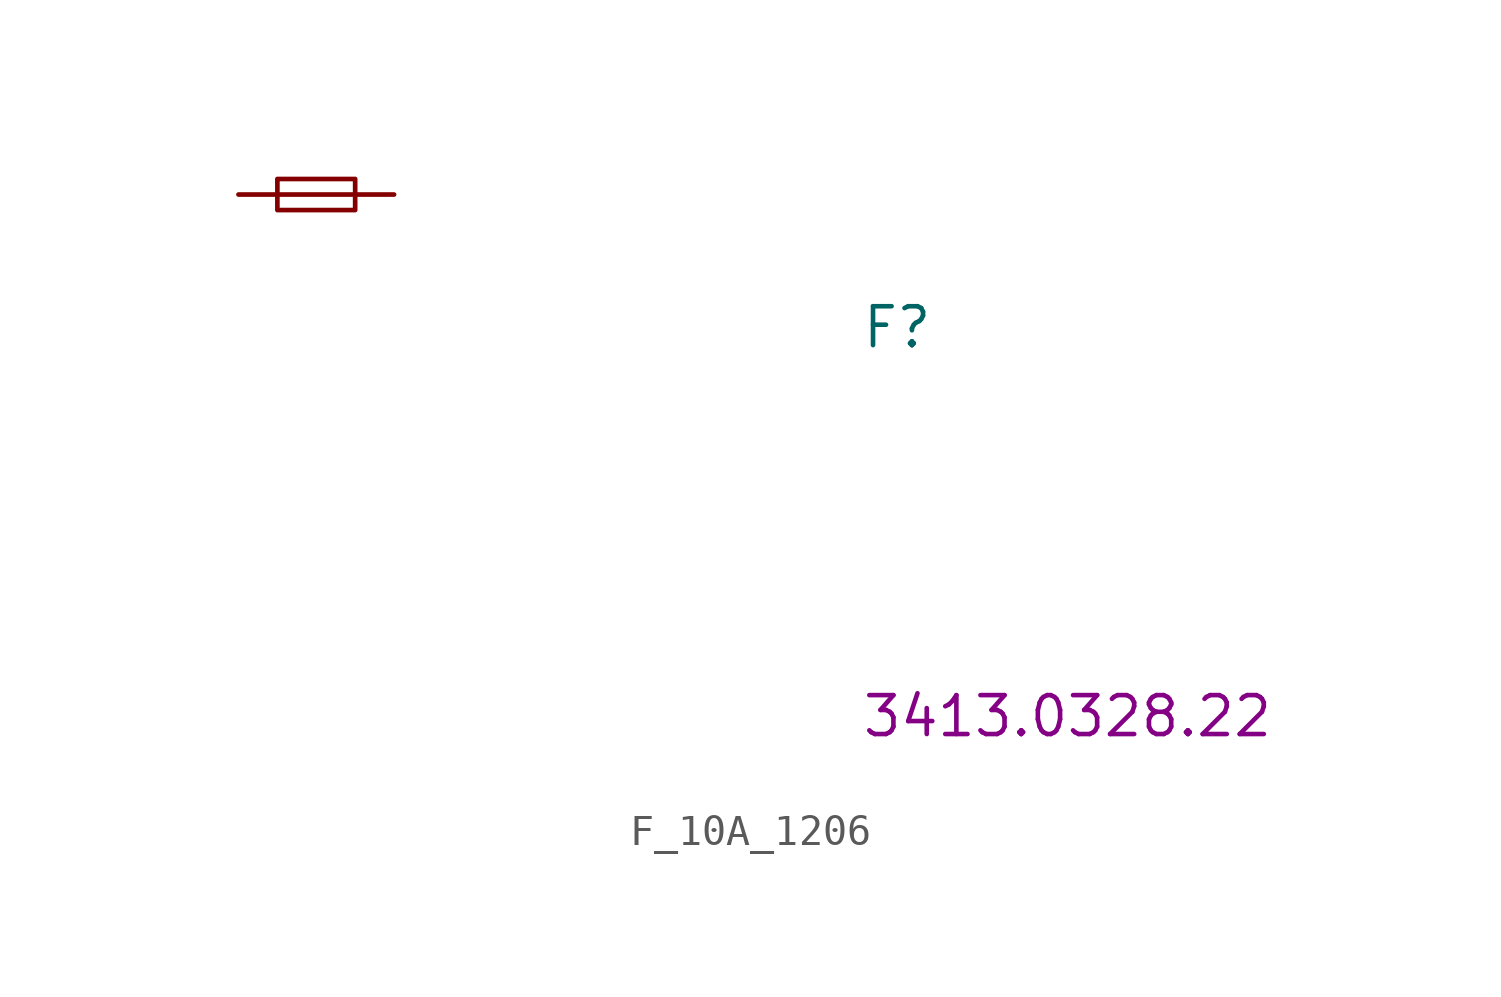
<source format=kicad_sym>
(kicad_symbol_lib
  (version 20211014)
  (generator kicad_symbol_editor)
  (symbol "F_10A_1206"
    (pin_numbers hide)
    (pin_names
      (offset 1.016) hide)
    (property "Reference" "F"
      (at 20.32 -5.08 0)
      (effects (font (size 1.27 1.27) (thickness 0.15)) (justify left bottom)))
    (property "MPN" "3413.0328.22"
      (at 20.32 -17.78 0)
      (effects (font (size 1.27 1.27) (thickness 0.15)) (justify left bottom)))
    (symbol "F_10A_1206_0_1"
      (polyline (pts (xy 1.27 0) (xy 3.81 0)) (stroke (width 0) (type default) (color 0 0 0 0)) (fill (type none)))
      (rectangle (start 1.27 0.508) (end 3.81 -0.508) (stroke (width 0) (type default) (color 0 0 0 0)) (fill (type none))))
    (symbol "F_10A_1206_1_1"
      (pin passive line (at 0 0 0) (length 1.27) (name "~" (effects (font (size 1.27 1.27)))) (number "1" (effects (font (size 1.27 1.27)))))
      (pin passive line (at 5.08 0 180) (length 1.27) (name "~" (effects (font (size 1.27 1.27)))) (number "2" (effects (font (size 1.27 1.27))))))))
</source>
